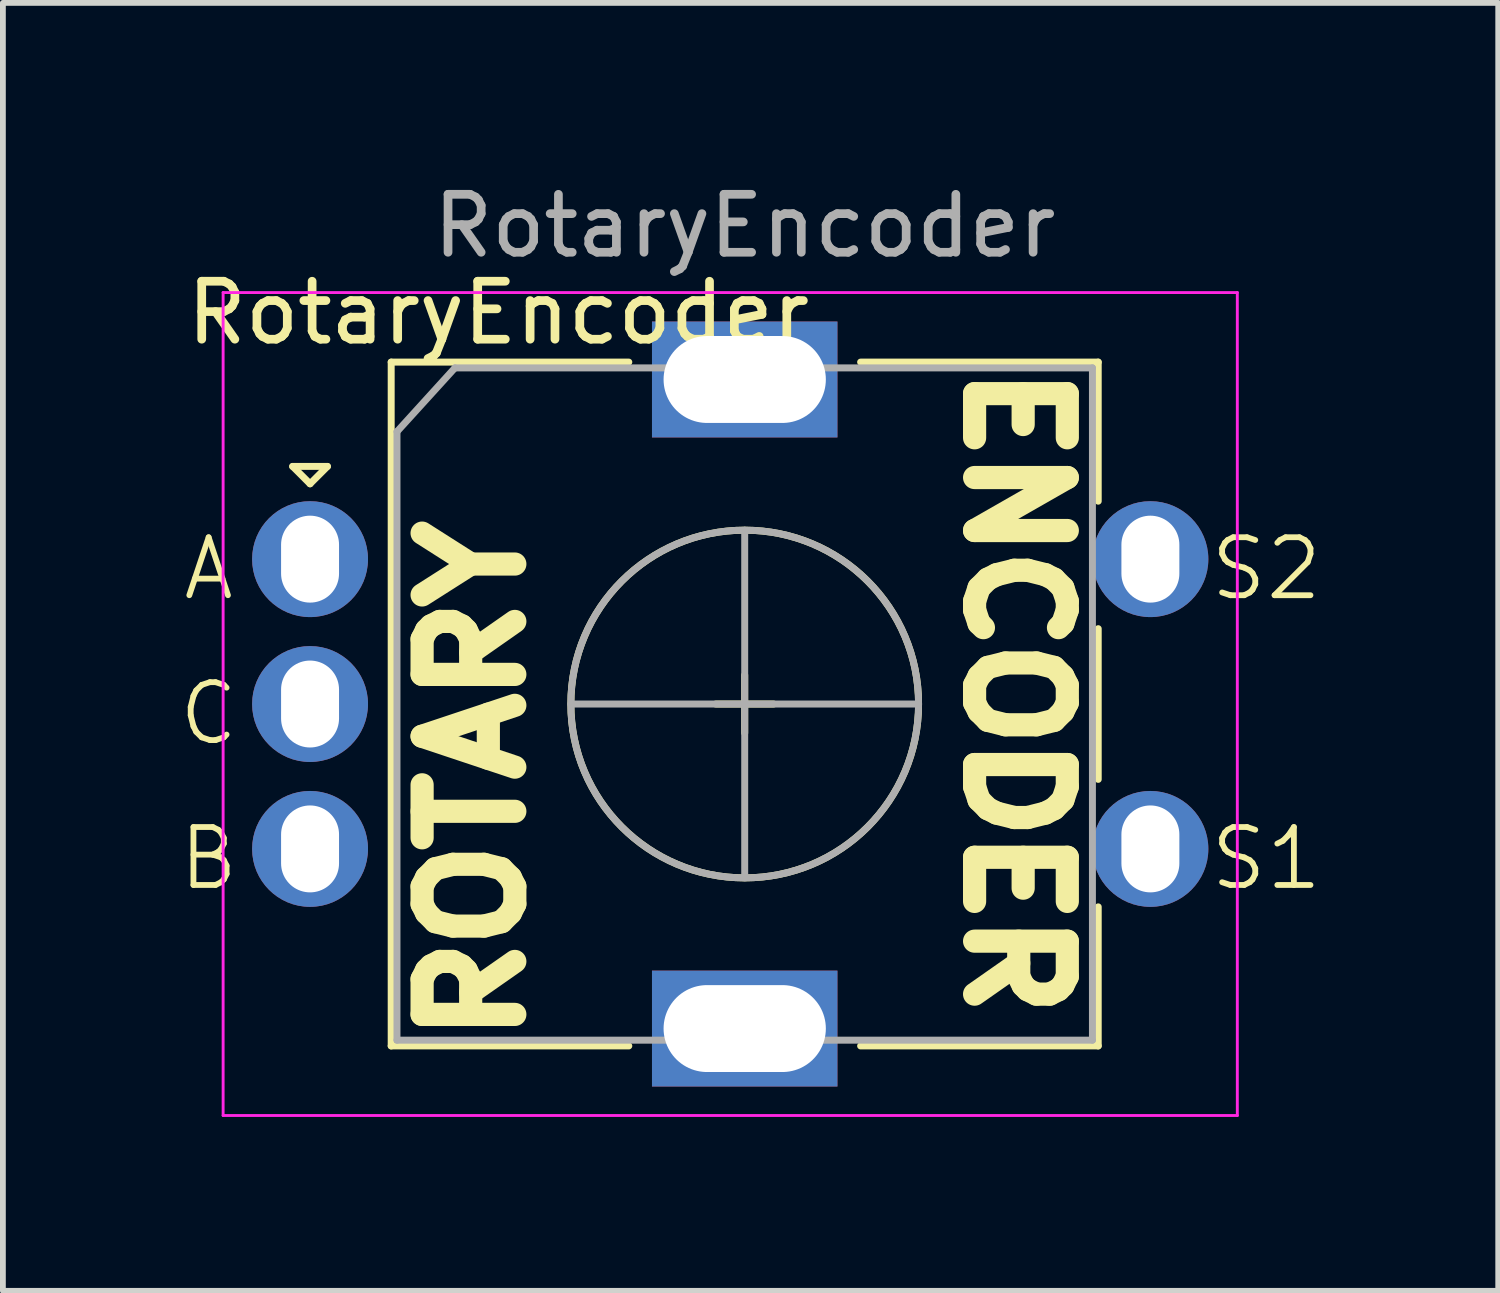
<source format=kicad_pcb>
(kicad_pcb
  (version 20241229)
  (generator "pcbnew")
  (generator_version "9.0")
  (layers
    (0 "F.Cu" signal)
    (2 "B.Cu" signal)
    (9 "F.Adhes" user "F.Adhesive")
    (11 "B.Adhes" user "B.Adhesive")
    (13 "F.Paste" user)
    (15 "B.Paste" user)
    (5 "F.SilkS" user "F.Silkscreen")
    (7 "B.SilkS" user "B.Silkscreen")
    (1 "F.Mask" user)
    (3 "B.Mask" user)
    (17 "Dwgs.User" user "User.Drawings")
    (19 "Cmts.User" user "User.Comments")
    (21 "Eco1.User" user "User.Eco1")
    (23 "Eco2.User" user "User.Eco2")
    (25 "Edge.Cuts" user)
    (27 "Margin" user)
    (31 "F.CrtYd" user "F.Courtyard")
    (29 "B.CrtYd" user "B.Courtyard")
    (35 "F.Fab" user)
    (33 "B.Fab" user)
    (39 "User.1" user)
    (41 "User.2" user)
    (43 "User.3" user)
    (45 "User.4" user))
  (footprint "RotaryEncoder"
    (layer "F.Cu")
    (at 9.8 9.098)
    (property "Reference" "RotaryEncoder" (at -4.25 -6.75 0) (layer "F.SilkS") (effects (font (size 1 1) (thickness 0.15))))
    (attr through_hole)
    (fp_line (start -7.8 -4.1) (end -7.2 -4.1) (stroke (width 0.12) (type solid)) (layer "F.SilkS"))
    (fp_line (start -7.5 -3.8) (end -7.8 -4.1) (stroke (width 0.12) (type solid)) (layer "F.SilkS"))
    (fp_line (start -7.2 -4.1) (end -7.5 -3.8) (stroke (width 0.12) (type solid)) (layer "F.SilkS"))
    (fp_line (start -6.1 -5.9) (end -6.1 5.9) (stroke (width 0.12) (type solid)) (layer "F.SilkS"))
    (fp_line (start -2 -5.9) (end -6.1 -5.9) (stroke (width 0.12) (type solid)) (layer "F.SilkS"))
    (fp_line (start -2 5.9) (end -6.1 5.9) (stroke (width 0.12) (type solid)) (layer "F.SilkS"))
    (fp_line (start -0.5 0) (end 0.5 0) (stroke (width 0.12) (type solid)) (layer "F.SilkS"))
    (fp_line (start 0 -0.5) (end 0 0.5) (stroke (width 0.12) (type solid)) (layer "F.SilkS"))
    (fp_line (start 2 -5.9) (end 6.1 -5.9) (stroke (width 0.12) (type solid)) (layer "F.SilkS"))
    (fp_line (start 6.1 -5.9) (end 6.1 -3.5) (stroke (width 0.12) (type solid)) (layer "F.SilkS"))
    (fp_line (start 6.1 -1.3) (end 6.1 1.3) (stroke (width 0.12) (type solid)) (layer "F.SilkS"))
    (fp_line (start 6.1 3.5) (end 6.1 5.9) (stroke (width 0.12) (type solid)) (layer "F.SilkS"))
    (fp_line (start 6.1 5.9) (end 2 5.9) (stroke (width 0.12) (type solid)) (layer "F.SilkS"))
    (fp_circle (center 0 0) (end 3 0) (stroke (width 0.12) (type solid)) (fill no) (layer "F.SilkS"))
    (fp_line (start -9 -7.1) (end -9 7.1) (stroke (width 0.05) (type solid)) (layer "F.CrtYd"))
    (fp_line (start -9 -7.1) (end 8.5 -7.1) (stroke (width 0.05) (type solid)) (layer "F.CrtYd"))
    (fp_line (start 8.5 7.1) (end -9 7.1) (stroke (width 0.05) (type solid)) (layer "F.CrtYd"))
    (fp_line (start 8.5 7.1) (end 8.5 -7.1) (stroke (width 0.05) (type solid)) (layer "F.CrtYd"))
    (fp_line (start -6 -4.7) (end -5 -5.8) (stroke (width 0.12) (type solid)) (layer "F.Fab"))
    (fp_line (start -6 5.8) (end -6 -4.7) (stroke (width 0.12) (type solid)) (layer "F.Fab"))
    (fp_line (start -5 -5.8) (end 6 -5.8) (stroke (width 0.12) (type solid)) (layer "F.Fab"))
    (fp_line (start -3 0) (end 3 0) (stroke (width 0.12) (type solid)) (layer "F.Fab"))
    (fp_line (start 0 -3) (end 0 3) (stroke (width 0.12) (type solid)) (layer "F.Fab"))
    (fp_line (start 6 -5.8) (end 6 5.8) (stroke (width 0.12) (type solid)) (layer "F.Fab"))
    (fp_line (start 6 5.8) (end -6 5.8) (stroke (width 0.12) (type solid)) (layer "F.Fab"))
    (fp_circle (center 0 0) (end 3 0) (stroke (width 0.12) (type solid)) (fill no) (layer "F.Fab"))
    (fp_text user "B" (at -9.25 3.25 0) (unlocked yes) (layer "F.SilkS") (effects (font (size 1 1) (thickness 0.1)) (justify bottom)))
    (fp_text user "S2" (at 9 -1.75 0) (unlocked yes) (layer "F.SilkS") (effects (font (size 1 1) (thickness 0.1)) (justify bottom)))
    (fp_text user "ROTARY" (at -3.75 6 90) (unlocked yes) (layer "F.SilkS") (effects (font (size 1.6 1.6) (thickness 0.4) (bold yes)) (justify left bottom)))
    (fp_text user "C" (at -9.25 0.75 0) (unlocked yes) (layer "F.SilkS") (effects (font (size 1 1) (thickness 0.1)) (justify bottom)))
    (fp_text user "ENCODER" (at 3.75 -6 270) (unlocked yes) (layer "F.SilkS") (effects (font (size 1.6 1.6) (thickness 0.4) (bold yes)) (justify left bottom)))
    (fp_text user "S1" (at 9 3.25 0) (unlocked yes) (layer "F.SilkS") (effects (font (size 1 1) (thickness 0.1)) (justify bottom)))
    (fp_text user "A" (at -9.25 -1.75 0) (unlocked yes) (layer "F.SilkS") (effects (font (size 1 1) (thickness 0.1)) (justify bottom)))
    (fp_text user "${REFERENCE}" (at 0 -8.25 0) (layer "F.Fab") (effects (font (size 1 1) (thickness 0.15))))
    (pad "A" thru_hole circle (at -7.5 -2.5) (size 2 2) (drill oval 1 1.5) (layers "*.Cu" "*.Mask"))
    (pad "B" thru_hole circle (at -7.5 2.5) (size 2 2) (drill oval 1 1.5) (layers "*.Cu" "*.Mask"))
    (pad "C" thru_hole circle (at -7.5 0) (size 2 2) (drill oval 1 1.5) (layers "*.Cu" "*.Mask"))
    (pad "MP" thru_hole rect (at 0 -5.6) (size 3.2 2) (drill oval 2.8 1.5) (layers "*.Cu" "*.Mask"))
    (pad "MP" thru_hole rect (at 0 5.6) (size 3.2 2) (drill oval 2.8 1.5) (layers "*.Cu" "*.Mask"))
    (pad "S1" thru_hole circle (at 7 2.5) (size 2 2) (drill oval 1 1.5) (layers "*.Cu" "*.Mask"))
    (pad "S2" thru_hole circle (at 7 -2.5) (size 2 2) (drill oval 1 1.5) (layers "*.Cu" "*.Mask")))
  (gr_rect
    (start -3 -3)
    (end 22.802 19.223)
    (stroke (width 0.1) (type default))
    (fill no)
    (layer "Edge.Cuts")))
</source>
